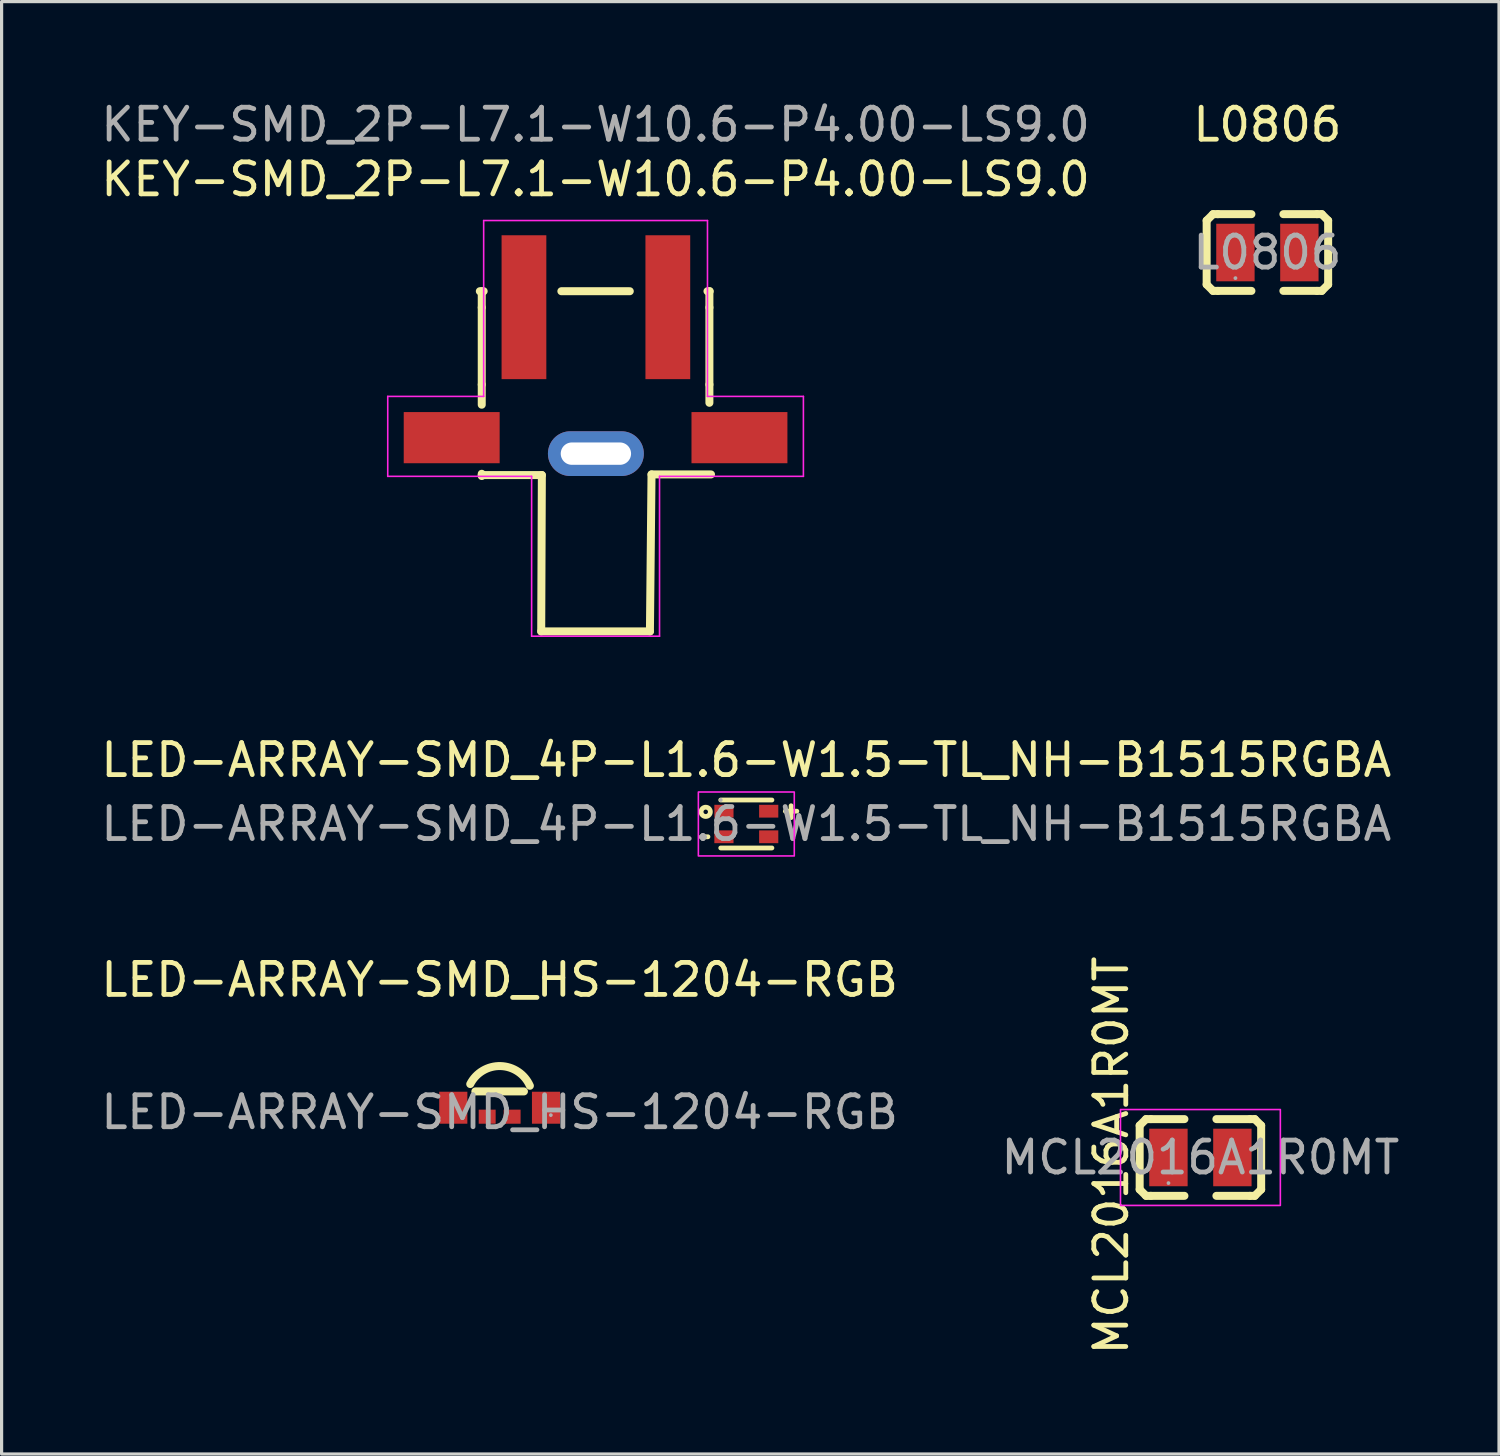
<source format=kicad_pcb>
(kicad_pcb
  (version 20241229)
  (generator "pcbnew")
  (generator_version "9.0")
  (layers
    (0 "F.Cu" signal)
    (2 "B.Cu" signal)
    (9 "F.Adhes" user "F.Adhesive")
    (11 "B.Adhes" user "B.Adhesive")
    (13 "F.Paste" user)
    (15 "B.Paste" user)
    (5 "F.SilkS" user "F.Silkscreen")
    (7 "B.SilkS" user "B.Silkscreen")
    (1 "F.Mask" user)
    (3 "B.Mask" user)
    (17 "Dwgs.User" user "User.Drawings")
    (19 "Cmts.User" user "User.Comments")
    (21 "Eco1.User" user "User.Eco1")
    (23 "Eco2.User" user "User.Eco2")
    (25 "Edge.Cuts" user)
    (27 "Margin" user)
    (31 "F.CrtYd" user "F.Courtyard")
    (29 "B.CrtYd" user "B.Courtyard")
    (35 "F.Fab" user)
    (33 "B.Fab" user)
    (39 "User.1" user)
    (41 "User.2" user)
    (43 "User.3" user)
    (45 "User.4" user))
  (footprint "L0806"
    (layer "F.Cu")
    (at 36.589 4.848)
    (property "Reference" "L0806" (at 0 -4 0) (layer "F.SilkS") (effects (font (size 1 1) (thickness 0.15))))
    (attr smd)
    (fp_line (start -1.9 -1) (end -1.9 1) (stroke (width 0.25) (type solid)) (layer "F.SilkS"))
    (fp_line (start -1.7 -1.2) (end -1.9 -1) (stroke (width 0.25) (type solid)) (layer "F.SilkS"))
    (fp_line (start -1.7 1.2) (end -1.9 1) (stroke (width 0.25) (type solid)) (layer "F.SilkS"))
    (fp_line (start -1.55 -1.2) (end -1.7 -1.2) (stroke (width 0.25) (type solid)) (layer "F.SilkS"))
    (fp_line (start -1.55 1.2) (end -1.7 1.2) (stroke (width 0.25) (type solid)) (layer "F.SilkS"))
    (fp_line (start -0.5 -1.2) (end -1.55 -1.2) (stroke (width 0.25) (type solid)) (layer "F.SilkS"))
    (fp_line (start -0.5 1.2) (end -1.55 1.2) (stroke (width 0.25) (type solid)) (layer "F.SilkS"))
    (fp_line (start 0.5 -1.2) (end 1.55 -1.2) (stroke (width 0.25) (type solid)) (layer "F.SilkS"))
    (fp_line (start 0.5 1.2) (end 1.55 1.2) (stroke (width 0.25) (type solid)) (layer "F.SilkS"))
    (fp_line (start 1.55 -1.2) (end 1.7 -1.2) (stroke (width 0.25) (type solid)) (layer "F.SilkS"))
    (fp_line (start 1.55 1.2) (end 1.7 1.2) (stroke (width 0.25) (type solid)) (layer "F.SilkS"))
    (fp_line (start 1.7 -1.2) (end 1.9 -1) (stroke (width 0.25) (type solid)) (layer "F.SilkS"))
    (fp_line (start 1.7 1.2) (end 1.9 1) (stroke (width 0.25) (type solid)) (layer "F.SilkS"))
    (fp_line (start 1.9 -1) (end 1.9 1) (stroke (width 0.25) (type solid)) (layer "F.SilkS"))
    (fp_circle (center -1 0.8) (end -0.97 0.8) (stroke (width 0.06) (type solid)) (fill no) (layer "F.Fab"))
    (fp_text user "${REFERENCE}" (at 0 0 0) (layer "F.Fab") (effects (font (size 1 1) (thickness 0.15))))
    (pad "1" smd rect (at -1 0) (size 1.2 1.8) (layers "F.Cu" "F.Mask" "F.Paste"))
    (pad "2" smd rect (at 1 0) (size 1.2 1.8) (layers "F.Cu" "F.Mask" "F.Paste")))
  (footprint "KEY-SMD_2P-L7.1-W10.6-P4.00-LS9.0"
    (layer "F.Cu")
    (at 15.577 8.848)
    (property "Reference" "KEY-SMD_2P-L7.1-W10.6-P4.00-LS9.0" (at 0 -6.29 0) (layer "F.SilkS") (effects (font (size 1 1) (thickness 0.15))))
    (attr smd)
    (fp_line (start -3.62 -2.79) (end -3.5 -2.79) (stroke (width 0.25) (type solid)) (layer "F.SilkS"))
    (fp_line (start -3.56 -2.28) (end -3.56 -2.79) (stroke (width 0.25) (type solid)) (layer "F.SilkS"))
    (fp_line (start -3.56 -2.28) (end -3.56 0.13) (stroke (width 0.25) (type solid)) (layer "F.SilkS"))
    (fp_line (start -3.56 0.13) (end -3.56 0.76) (stroke (width 0.25) (type solid)) (layer "F.SilkS"))
    (fp_line (start -3.56 2.92) (end -3.56 2.99) (stroke (width 0.25) (type solid)) (layer "F.SilkS"))
    (fp_line (start -1.7 7.85) (end -1.68 2.96) (stroke (width 0.25) (type solid)) (layer "F.SilkS"))
    (fp_line (start -1.7 7.85) (end 1.7 7.85) (stroke (width 0.25) (type solid)) (layer "F.SilkS"))
    (fp_line (start -1.68 2.96) (end -3.56 2.96) (stroke (width 0.25) (type solid)) (layer "F.SilkS"))
    (fp_line (start -1.07 -2.79) (end 1.07 -2.79) (stroke (width 0.25) (type solid)) (layer "F.SilkS"))
    (fp_line (start 1.7 7.85) (end 1.75 2.94) (stroke (width 0.25) (type solid)) (layer "F.SilkS"))
    (fp_line (start 1.75 2.94) (end 3.61 2.94) (stroke (width 0.25) (type solid)) (layer "F.SilkS"))
    (fp_line (start 3.5 -2.79) (end 3.57 -2.79) (stroke (width 0.25) (type solid)) (layer "F.SilkS"))
    (fp_line (start 3.56 -2.28) (end 3.56 -2.79) (stroke (width 0.25) (type solid)) (layer "F.SilkS"))
    (fp_line (start 3.56 -2.28) (end 3.56 0.13) (stroke (width 0.25) (type solid)) (layer "F.SilkS"))
    (fp_line (start 3.56 0.13) (end 3.56 0.7) (stroke (width 0.25) (type solid)) (layer "F.SilkS"))
    (fp_line (start -6.5 0.5) (end -3.5 0.5) (stroke (width 0.05) (type default)) (layer "F.CrtYd"))
    (fp_line (start -6.5 3) (end -6.5 0.5) (stroke (width 0.05) (type default)) (layer "F.CrtYd"))
    (fp_line (start -3.5 -5) (end 3.5 -5) (stroke (width 0.05) (type default)) (layer "F.CrtYd"))
    (fp_line (start -3.5 0.5) (end -3.5 -5) (stroke (width 0.05) (type default)) (layer "F.CrtYd"))
    (fp_line (start -2 3) (end -6.5 3) (stroke (width 0.05) (type default)) (layer "F.CrtYd"))
    (fp_line (start -2 8) (end -2 3) (stroke (width 0.05) (type default)) (layer "F.CrtYd"))
    (fp_line (start 2 3) (end 2 8) (stroke (width 0.05) (type default)) (layer "F.CrtYd"))
    (fp_line (start 2 8) (end -2 8) (stroke (width 0.05) (type default)) (layer "F.CrtYd"))
    (fp_line (start 3.5 0.5) (end 3.5 -5) (stroke (width 0.05) (type default)) (layer "F.CrtYd"))
    (fp_line (start 6.5 0.5) (end 3.5 0.5) (stroke (width 0.05) (type default)) (layer "F.CrtYd"))
    (fp_line (start 6.5 3) (end 2 3) (stroke (width 0.05) (type default)) (layer "F.CrtYd"))
    (fp_line (start 6.5 3) (end 6.5 0.5) (stroke (width 0.05) (type default)) (layer "F.CrtYd"))
    (fp_text user "${REFERENCE}" (at 0 -8 0) (layer "F.Fab") (effects (font (size 1 1) (thickness 0.15))))
    (pad "1" smd rect (at -2.24 -2.29) (size 1.4 4.5) (layers "F.Cu" "F.Mask" "F.Paste"))
    (pad "2" smd rect (at 2.26 -2.29) (size 1.4 4.5) (layers "F.Cu" "F.Mask" "F.Paste"))
    (pad "3" smd rect (at 4.5 1.79) (size 3 1.6) (layers "F.Cu" "F.Mask" "F.Paste"))
    (pad "4" smd rect (at -4.5 1.79) (size 3 1.6) (layers "F.Cu" "F.Mask" "F.Paste"))
    (pad "5" thru_hole oval (at 0.01 2.29) (size 3 1.4) (drill oval 2.2 0.7) (layers "*.Cu" "*.Mask")))
  (footprint "LED-ARRAY-SMD_HS-1204-RGB"
    (layer "F.Cu")
    (at 12.577 31.735)
    (property "Reference" "LED-ARRAY-SMD_HS-1204-RGB" (at 0 -4.14 0) (layer "F.SilkS") (effects (font (size 1 1) (thickness 0.15))))
    (attr smd)
    (fp_line (start -0.76 -0.65) (end 0.76 -0.65) (stroke (width 0.25) (type solid)) (layer "F.SilkS"))
    (fp_arc (start -0.92 -0.88) (mid 0.029677 -1.442676) (end 0.945473 -0.82639) (stroke (width 0.25) (type solid)) (layer "F.SilkS"))
    (fp_circle (center 1.6 0.09) (end 1.63 0.09) (stroke (width 0.06) (type solid)) (fill no) (layer "F.Fab"))
    (fp_text user "${REFERENCE}" (at 0 0 0) (layer "F.Fab") (effects (font (size 1 1) (thickness 0.15))))
    (pad "1" smd rect (at 0.39 0.14) (size 0.53 0.44) (layers "F.Cu" "F.Mask" "F.Paste"))
    (pad "2" smd rect (at -0.39 0.14) (size 0.53 0.44) (layers "F.Cu" "F.Mask" "F.Paste"))
    (pad "3" smd rect (at 1.45 -0.14 180) (size 0.88 1) (layers "F.Cu" "F.Mask" "F.Paste"))
    (pad "4" smd rect (at -1.45 -0.14 180) (size 0.88 1) (layers "F.Cu" "F.Mask" "F.Paste")))
  (footprint "LED-ARRAY-SMD_4P-L1.6-W1.5-TL_NH-B1515RGBA"
    (layer "F.Cu")
    (at 20.292 22.721)
    (property "Reference" "LED-ARRAY-SMD_4P-L1.6-W1.5-TL_NH-B1515RGBA" (at 0 -2 0) (layer "F.SilkS") (effects (font (size 1 1) (thickness 0.15))))
    (attr smd)
    (fp_line (start -1.4 0.4) (end -1.2 0.4) (stroke (width 0.15) (type solid)) (layer "F.SilkS"))
    (fp_line (start -0.8 -0.75) (end 0.8 -0.75) (stroke (width 0.15) (type solid)) (layer "F.SilkS"))
    (fp_line (start -0.8 0.75) (end 0.8 0.75) (stroke (width 0.15) (type solid)) (layer "F.SilkS"))
    (fp_line (start 1.22 -0.4) (end 1.58 -0.4) (stroke (width 0.15) (type solid)) (layer "F.SilkS"))
    (fp_line (start 1.4 -0.2) (end 1.4 -0.57) (stroke (width 0.15) (type solid)) (layer "F.SilkS"))
    (fp_circle (center -1.27 -0.38) (end -1.2 -0.38) (stroke (width 0.15) (type solid)) (fill no) (layer "F.SilkS"))
    (fp_rect (start -1.5 -1) (end 1.5 1) (stroke (width 0.05) (type default)) (fill no) (layer "F.CrtYd"))
    (fp_circle (center -0.8 -0.75) (end -0.77 -0.75) (stroke (width 0.06) (type solid)) (fill no) (layer "F.Fab"))
    (fp_text user "${REFERENCE}" (at 0 0 0) (layer "F.Fab") (effects (font (size 1 1) (thickness 0.15))))
    (pad "1" smd rect (at -0.7 -0.4 270) (size 0.4 0.6) (layers "F.Cu" "F.Mask" "F.Paste"))
    (pad "2" smd rect (at 0.7 -0.4 270) (size 0.4 0.6) (layers "F.Cu" "F.Mask" "F.Paste"))
    (pad "3" smd rect (at 0.7 0.4 270) (size 0.4 0.6) (layers "F.Cu" "F.Mask" "F.Paste"))
    (pad "4" smd rect (at -0.7 0.4 270) (size 0.4 0.6) (layers "F.Cu" "F.Mask" "F.Paste")))
  (footprint "MCL2016A1R0MT"
    (layer "F.Cu")
    (at 34.494 33.151)
    (property "Reference" "MCL2016A1R0MT" (at -2.789 -0.065 90) (layer "F.SilkS") (effects (font (size 1 1) (thickness 0.15))))
    (attr smd)
    (fp_line (start -1.9 -1) (end -1.9 1) (stroke (width 0.25) (type solid)) (layer "F.SilkS"))
    (fp_line (start -1.7 -1.2) (end -1.9 -1) (stroke (width 0.25) (type solid)) (layer "F.SilkS"))
    (fp_line (start -1.7 1.2) (end -1.9 1) (stroke (width 0.25) (type solid)) (layer "F.SilkS"))
    (fp_line (start -1.55 -1.2) (end -1.7 -1.2) (stroke (width 0.25) (type solid)) (layer "F.SilkS"))
    (fp_line (start -1.55 1.2) (end -1.7 1.2) (stroke (width 0.25) (type solid)) (layer "F.SilkS"))
    (fp_line (start -0.5 -1.2) (end -1.55 -1.2) (stroke (width 0.25) (type solid)) (layer "F.SilkS"))
    (fp_line (start -0.5 1.2) (end -1.55 1.2) (stroke (width 0.25) (type solid)) (layer "F.SilkS"))
    (fp_line (start 0.5 -1.2) (end 1.55 -1.2) (stroke (width 0.25) (type solid)) (layer "F.SilkS"))
    (fp_line (start 0.5 1.2) (end 1.55 1.2) (stroke (width 0.25) (type solid)) (layer "F.SilkS"))
    (fp_line (start 1.55 -1.2) (end 1.7 -1.2) (stroke (width 0.25) (type solid)) (layer "F.SilkS"))
    (fp_line (start 1.55 1.2) (end 1.7 1.2) (stroke (width 0.25) (type solid)) (layer "F.SilkS"))
    (fp_line (start 1.7 -1.2) (end 1.9 -1) (stroke (width 0.25) (type solid)) (layer "F.SilkS"))
    (fp_line (start 1.7 1.2) (end 1.9 1) (stroke (width 0.25) (type solid)) (layer "F.SilkS"))
    (fp_line (start 1.9 -1) (end 1.9 1) (stroke (width 0.25) (type solid)) (layer "F.SilkS"))
    (fp_rect (start -2.5 -1.5) (end 2.5 1.5) (stroke (width 0.05) (type default)) (fill no) (layer "F.CrtYd"))
    (fp_circle (center -1 0.8) (end -0.97 0.8) (stroke (width 0.06) (type solid)) (fill no) (layer "F.Fab"))
    (fp_text user "${REFERENCE}" (at 0 0 0) (layer "F.Fab") (effects (font (size 1 1) (thickness 0.15))))
    (pad "1" smd rect (at -1 0) (size 1.2 1.8) (layers "F.Cu" "F.Mask" "F.Paste"))
    (pad "2" smd rect (at 1 0) (size 1.2 1.8) (layers "F.Cu" "F.Mask" "F.Paste")))
  (gr_rect
    (start -3 -3)
    (end 43.833 42.425)
    (stroke (width 0.1) (type default))
    (fill no)
    (layer "Edge.Cuts")))
</source>
